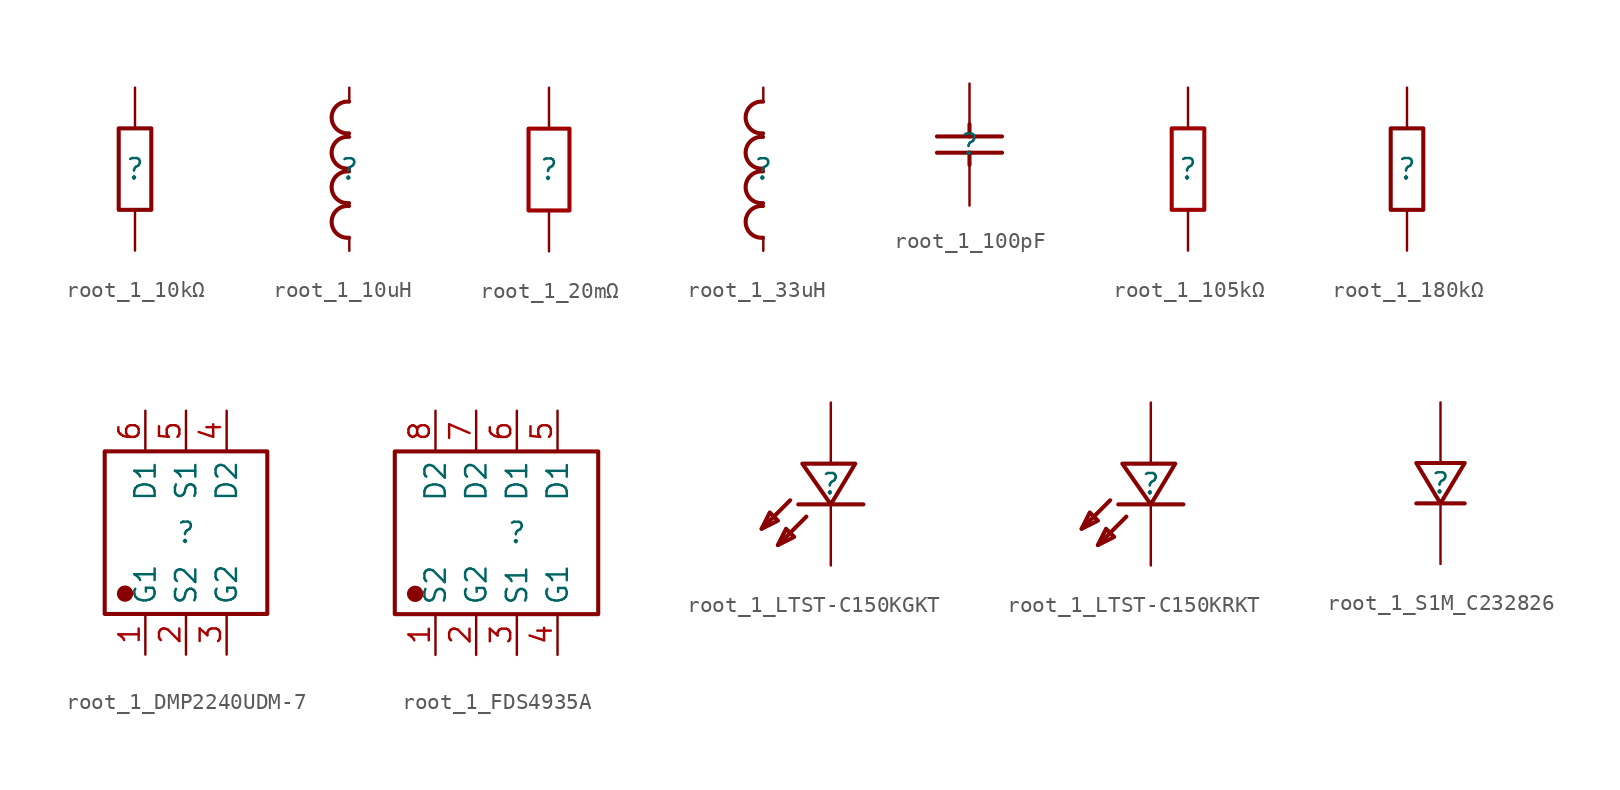
<source format=kicad_sym>
(kicad_symbol_lib
  (version 20231120)
  (generator "kicad_symbol_editor")
  (generator_version "8.0")
  (symbol "root_1_10kΩ"
    (property "Reference" ""
      (at 0 0 0)
      (effects (font (size 1.27 1.27))))
    (property "Value" ""
      (at 0 0 0)
      (effects (font (size 1.27 1.27))))
    (symbol "root_1_10kΩ_1_0"
      (rectangle (start -1.016 2.54) (end 1.016 -2.54) (stroke (width 0.254) (type solid) (color 136 0 0 1)) (fill (type none)))
      (pin passive line (at 0 -5.08 90) (length 2.54) (name "1" (effects (font (size 0 0)))) (number "1" (effects (font (size 0 0)))))
      (pin passive line (at 0 5.08 270) (length 2.54) (name "2" (effects (font (size 0 0)))) (number "2" (effects (font (size 0 0)))))))
  (symbol "root_1_10uH"
    (property "Reference" ""
      (at 0 0 0)
      (effects (font (size 1.27 1.27))))
    (property "Value" ""
      (at 0 0 0)
      (effects (font (size 1.27 1.27))))
    (symbol "root_1_10uH_1_0"
      (arc (start -0.0168 -0.1354) (mid -1.101 -1.1214) (end -0.018 -2.1087) (stroke (width 0.254) (type solid) (color 136 0 0 1)) (fill (type none)))
      (arc (start -0.0168 2.0146) (mid -1.101 1.0286) (end -0.018 0.0413) (stroke (width 0.254) (type solid) (color 136 0 0 1)) (fill (type none)))
      (arc (start -0.0159 -2.2904) (mid -1.1 -3.2765) (end -0.0169 -4.2637) (stroke (width 0.254) (type solid) (color 136 0 0 1)) (fill (type none)))
      (arc (start -0.0158 4.2076) (mid -1.1 3.2216) (end -0.017 2.2343) (stroke (width 0.254) (type solid) (color 136 0 0 1)) (fill (type none)))
      (pin passive line (at 0 -5.08 90) (length 0.762) (name "1" (effects (font (size 0 0)))) (number "1" (effects (font (size 0 0)))))
      (pin passive line (at 0 5.08 270) (length 0.762) (name "2" (effects (font (size 0 0)))) (number "2" (effects (font (size 0 0)))))))
  (symbol "root_1_20mΩ"
    (property "Reference" ""
      (at 0 0 0)
      (effects (font (size 1.27 1.27))))
    (property "Value" ""
      (at 0 0 0)
      (effects (font (size 1.27 1.27))))
    (symbol "root_1_20mΩ_1_0"
      (rectangle (start -1.27 2.54) (end 1.27 -2.54) (stroke (width 0.254) (type solid) (color 160 0 0 1)) (fill (type none)))
      (pin passive line (at 0 -5.08 90) (length 2.54) (name "1" (effects (font (size 0 0)))) (number "1" (effects (font (size 0 0)))))
      (pin passive line (at 0 5.08 270) (length 2.54) (name "2" (effects (font (size 0 0)))) (number "2" (effects (font (size 0 0)))))))
  (symbol "root_1_33uH"
    (property "Reference" ""
      (at 0 0 0)
      (effects (font (size 1.27 1.27))))
    (property "Value" ""
      (at 0 0 0)
      (effects (font (size 1.27 1.27))))
    (symbol "root_1_33uH_1_0"
      (arc (start -0.0168 -0.1354) (mid -1.101 -1.1214) (end -0.018 -2.1087) (stroke (width 0.254) (type solid) (color 136 0 0 1)) (fill (type none)))
      (arc (start -0.0168 2.0146) (mid -1.101 1.0286) (end -0.018 0.0413) (stroke (width 0.254) (type solid) (color 136 0 0 1)) (fill (type none)))
      (arc (start -0.0159 -2.2904) (mid -1.1 -3.2765) (end -0.0169 -4.2637) (stroke (width 0.254) (type solid) (color 136 0 0 1)) (fill (type none)))
      (arc (start -0.0158 4.2076) (mid -1.1 3.2216) (end -0.017 2.2343) (stroke (width 0.254) (type solid) (color 136 0 0 1)) (fill (type none)))
      (pin passive line (at 0 -5.08 90) (length 0.762) (name "1" (effects (font (size 0 0)))) (number "1" (effects (font (size 0 0)))))
      (pin passive line (at 0 5.08 270) (length 0.762) (name "2" (effects (font (size 0 0)))) (number "2" (effects (font (size 0 0)))))))
  (symbol "root_1_100pF"
    (property "Reference" ""
      (at 0 0 0)
      (effects (font (size 1.27 1.27))))
    (property "Value" ""
      (at 0 0 0)
      (effects (font (size 1.27 1.27))))
    (symbol "root_1_100pF_1_0"
      (polyline (pts (xy -2.032 -0.508) (xy 2.032 -0.508)) (stroke (width 0.254) (type solid) (color 136 0 0 1)) (fill (type none)))
      (polyline (pts (xy -2.032 0.508) (xy 2.032 0.508)) (stroke (width 0.254) (type solid) (color 136 0 0 1)) (fill (type none)))
      (polyline (pts (xy 0 -1.27) (xy 0 -0.508)) (stroke (width 0.254) (type solid) (color 136 0 0 1)) (fill (type none)))
      (polyline (pts (xy 0 0.508) (xy 0 1.27)) (stroke (width 0.254) (type solid) (color 136 0 0 1)) (fill (type none)))
      (pin passive line (at 0 -3.81 90) (length 2.54) (name "1" (effects (font (size 0 0)))) (number "1" (effects (font (size 0 0)))))
      (pin passive line (at 0 3.81 270) (length 2.54) (name "2" (effects (font (size 0 0)))) (number "2" (effects (font (size 0 0)))))))
  (symbol "root_1_105kΩ"
    (property "Reference" ""
      (at 0 0 0)
      (effects (font (size 1.27 1.27))))
    (property "Value" ""
      (at 0 0 0)
      (effects (font (size 1.27 1.27))))
    (symbol "root_1_105kΩ_1_0"
      (rectangle (start -1.016 2.54) (end 1.016 -2.54) (stroke (width 0.254) (type solid) (color 160 0 0 1)) (fill (type none)))
      (pin passive line (at 0 -5.08 90) (length 2.54) (name "1" (effects (font (size 0 0)))) (number "1" (effects (font (size 0 0)))))
      (pin passive line (at 0 5.08 270) (length 2.54) (name "2" (effects (font (size 0 0)))) (number "2" (effects (font (size 0 0)))))))
  (symbol "root_1_180kΩ"
    (property "Reference" ""
      (at 0 0 0)
      (effects (font (size 1.27 1.27))))
    (property "Value" ""
      (at 0 0 0)
      (effects (font (size 1.27 1.27))))
    (symbol "root_1_180kΩ_1_0"
      (rectangle (start -1.016 2.54) (end 1.016 -2.54) (stroke (width 0.254) (type solid) (color 136 0 0 1)) (fill (type none)))
      (pin passive line (at 0 -5.08 90) (length 2.54) (name "1" (effects (font (size 0 0)))) (number "1" (effects (font (size 0 0)))))
      (pin passive line (at 0 5.08 270) (length 2.54) (name "2" (effects (font (size 0 0)))) (number "2" (effects (font (size 0 0)))))))
  (symbol "root_1_DMP2240UDM-7"
    (property "Reference" ""
      (at 0 0 0)
      (effects (font (size 1.27 1.27))))
    (property "Value" ""
      (at 0 0 0)
      (effects (font (size 1.27 1.27))))
    (symbol "root_1_DMP2240UDM-7_1_0"
      (rectangle (start -5.08 5.08) (end 5.08 -5.08) (stroke (width 0.254) (type solid) (color 136 0 0 1)) (fill (type none)))
      (circle (center -3.81 -3.81) (radius 0.381) (stroke (width 0.254) (type solid) (color 136 0 0 1)) (fill (type outline)))
      (pin passive line (at -2.54 -7.62 90) (length 2.54) (name "G1" (effects (font (size 1.27 1.27)))) (number "1" (effects (font (size 1.27 1.27)))))
      (pin passive line (at 0 -7.62 90) (length 2.54) (name "S2" (effects (font (size 1.27 1.27)))) (number "2" (effects (font (size 1.27 1.27)))))
      (pin passive line (at 2.54 -7.62 90) (length 2.54) (name "G2" (effects (font (size 1.27 1.27)))) (number "3" (effects (font (size 1.27 1.27)))))
      (pin passive line (at 2.54 7.62 270) (length 2.54) (name "D2" (effects (font (size 1.27 1.27)))) (number "4" (effects (font (size 1.27 1.27)))))
      (pin passive line (at 0 7.62 270) (length 2.54) (name "S1" (effects (font (size 1.27 1.27)))) (number "5" (effects (font (size 1.27 1.27)))))
      (pin passive line (at -2.54 7.62 270) (length 2.54) (name "D1" (effects (font (size 1.27 1.27)))) (number "6" (effects (font (size 1.27 1.27)))))))
  (symbol "root_1_FDS4935A"
    (property "Reference" ""
      (at 0 0 0)
      (effects (font (size 1.27 1.27))))
    (property "Value" ""
      (at 0 0 0)
      (effects (font (size 1.27 1.27))))
    (symbol "root_1_FDS4935A_1_0"
      (rectangle (start -7.62 5.08) (end 5.08 -5.08) (stroke (width 0.254) (type solid) (color 136 0 0 1)) (fill (type none)))
      (circle (center -6.35 -3.81) (radius 0.381) (stroke (width 0.254) (type solid) (color 136 0 0 1)) (fill (type outline)))
      (pin passive line (at -5.08 -7.62 90) (length 2.54) (name "S2" (effects (font (size 1.27 1.27)))) (number "1" (effects (font (size 1.27 1.27)))))
      (pin passive line (at -2.54 -7.62 90) (length 2.54) (name "G2" (effects (font (size 1.27 1.27)))) (number "2" (effects (font (size 1.27 1.27)))))
      (pin passive line (at 0 -7.62 90) (length 2.54) (name "S1" (effects (font (size 1.27 1.27)))) (number "3" (effects (font (size 1.27 1.27)))))
      (pin passive line (at 2.54 -7.62 90) (length 2.54) (name "G1" (effects (font (size 1.27 1.27)))) (number "4" (effects (font (size 1.27 1.27)))))
      (pin passive line (at 2.54 7.62 270) (length 2.54) (name "D1" (effects (font (size 1.27 1.27)))) (number "5" (effects (font (size 1.27 1.27)))))
      (pin passive line (at 0 7.62 270) (length 2.54) (name "D1" (effects (font (size 1.27 1.27)))) (number "6" (effects (font (size 1.27 1.27)))))
      (pin passive line (at -2.54 7.62 270) (length 2.54) (name "D2" (effects (font (size 1.27 1.27)))) (number "7" (effects (font (size 1.27 1.27)))))
      (pin passive line (at -5.08 7.62 270) (length 2.54) (name "D2" (effects (font (size 1.27 1.27)))) (number "8" (effects (font (size 1.27 1.27)))))))
  (symbol "root_1_LTST-C150KGKT"
    (property "Reference" ""
      (at 0 0 0)
      (effects (font (size 1.27 1.27))))
    (property "Value" ""
      (at 0 0 0)
      (effects (font (size 1.27 1.27))))
    (symbol "root_1_LTST-C150KGKT_1_0"
      (polyline (pts (xy -2.54 -1.016) (xy -4.318 -2.794)) (stroke (width 0.254) (type solid) (color 136 0 0 1)) (fill (type none)))
      (polyline (pts (xy -2.032 -1.27) (xy 2.032 -1.27)) (stroke (width 0.254) (type solid) (color 136 0 0 1)) (fill (type none)))
      (polyline (pts (xy -1.524 -2.032) (xy -3.302 -3.81)) (stroke (width 0.254) (type solid) (color 136 0 0 1)) (fill (type none)))
      (polyline (pts (xy -4.318 -2.794) (xy -3.81 -1.778) (xy -3.81 -1.778) (xy -3.302 -2.286) (xy -3.302 -2.286) (xy -4.318 -2.794)) (stroke (width 0.254) (type solid) (color 136 0 0 1)) (fill (type none)))
      (polyline (pts (xy -3.302 -3.81) (xy -2.794 -2.794) (xy -2.794 -2.794) (xy -2.286 -3.302) (xy -2.286 -3.302) (xy -3.302 -3.81)) (stroke (width 0.254) (type solid) (color 136 0 0 1)) (fill (type none)))
      (polyline (pts (xy 1.524 1.27) (xy 0 -1.27) (xy 0 -1.27) (xy -1.778 1.27) (xy -1.778 1.27) (xy 1.524 1.27)) (stroke (width 0.254) (type solid) (color 136 0 0 1)) (fill (type none)))
      (pin passive line (at 0 -5.08 90) (length 3.81) (name "K" (effects (font (size 0 0)))) (number "1" (effects (font (size 0 0)))))
      (pin passive line (at 0 5.08 270) (length 3.81) (name "A" (effects (font (size 0 0)))) (number "2" (effects (font (size 0 0)))))))
  (symbol "root_1_LTST-C150KRKT"
    (property "Reference" ""
      (at 0 0 0)
      (effects (font (size 1.27 1.27))))
    (property "Value" ""
      (at 0 0 0)
      (effects (font (size 1.27 1.27))))
    (symbol "root_1_LTST-C150KRKT_1_0"
      (polyline (pts (xy -2.54 -1.016) (xy -4.318 -2.794)) (stroke (width 0.254) (type solid) (color 136 0 0 1)) (fill (type none)))
      (polyline (pts (xy -2.032 -1.27) (xy 2.032 -1.27)) (stroke (width 0.254) (type solid) (color 136 0 0 1)) (fill (type none)))
      (polyline (pts (xy -1.524 -2.032) (xy -3.302 -3.81)) (stroke (width 0.254) (type solid) (color 136 0 0 1)) (fill (type none)))
      (polyline (pts (xy -4.318 -2.794) (xy -3.81 -1.778) (xy -3.81 -1.778) (xy -3.302 -2.286) (xy -3.302 -2.286) (xy -4.318 -2.794)) (stroke (width 0.254) (type solid) (color 136 0 0 1)) (fill (type none)))
      (polyline (pts (xy -3.302 -3.81) (xy -2.794 -2.794) (xy -2.794 -2.794) (xy -2.286 -3.302) (xy -2.286 -3.302) (xy -3.302 -3.81)) (stroke (width 0.254) (type solid) (color 136 0 0 1)) (fill (type none)))
      (polyline (pts (xy 1.524 1.27) (xy 0 -1.27) (xy 0 -1.27) (xy -1.778 1.27) (xy -1.778 1.27) (xy 1.524 1.27)) (stroke (width 0.254) (type solid) (color 136 0 0 1)) (fill (type none)))
      (pin passive line (at 0 -5.08 90) (length 3.81) (name "K" (effects (font (size 0 0)))) (number "1" (effects (font (size 0 0)))))
      (pin passive line (at 0 5.08 270) (length 3.81) (name "A" (effects (font (size 0 0)))) (number "2" (effects (font (size 0 0)))))))
  (symbol "root_1_S1M_C232826"
    (property "Reference" ""
      (at 0 0 0)
      (effects (font (size 1.27 1.27))))
    (property "Value" ""
      (at 0 0 0)
      (effects (font (size 1.27 1.27))))
    (symbol "root_1_S1M_C232826_1_0"
      (polyline (pts (xy -1.524 -1.27) (xy 1.524 -1.27)) (stroke (width 0.254) (type solid) (color 136 0 0 1)) (fill (type none)))
      (polyline (pts (xy 1.524 1.27) (xy 0 -1.27) (xy 0 -1.27) (xy -1.524 1.27) (xy -1.524 1.27) (xy 1.524 1.27)) (stroke (width 0.254) (type solid) (color 136 0 0 1)) (fill (type none)))
      (pin passive line (at 0 -5.08 90) (length 3.81) (name "K" (effects (font (size 0 0)))) (number "1" (effects (font (size 0 0)))))
      (pin passive line (at 0 5.08 270) (length 3.81) (name "A" (effects (font (size 0 0)))) (number "2" (effects (font (size 0 0))))))))
</source>
